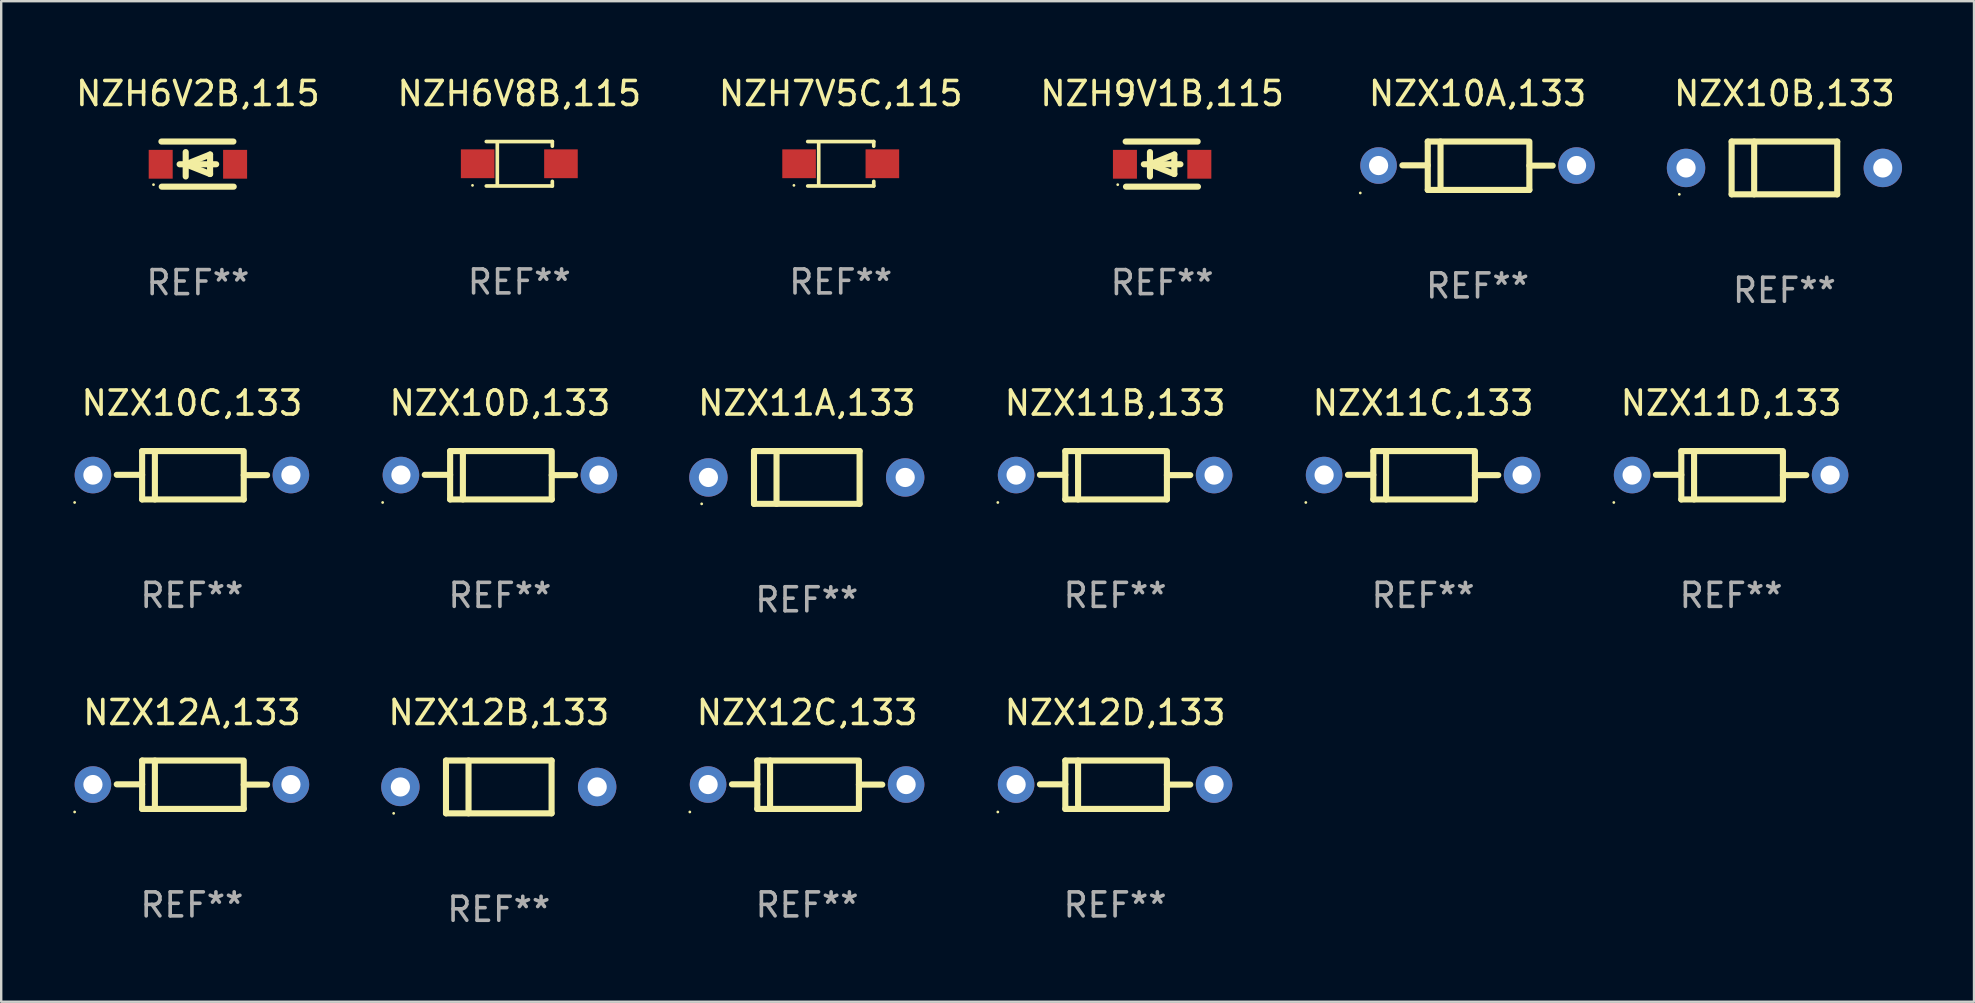
<source format=kicad_pcb>
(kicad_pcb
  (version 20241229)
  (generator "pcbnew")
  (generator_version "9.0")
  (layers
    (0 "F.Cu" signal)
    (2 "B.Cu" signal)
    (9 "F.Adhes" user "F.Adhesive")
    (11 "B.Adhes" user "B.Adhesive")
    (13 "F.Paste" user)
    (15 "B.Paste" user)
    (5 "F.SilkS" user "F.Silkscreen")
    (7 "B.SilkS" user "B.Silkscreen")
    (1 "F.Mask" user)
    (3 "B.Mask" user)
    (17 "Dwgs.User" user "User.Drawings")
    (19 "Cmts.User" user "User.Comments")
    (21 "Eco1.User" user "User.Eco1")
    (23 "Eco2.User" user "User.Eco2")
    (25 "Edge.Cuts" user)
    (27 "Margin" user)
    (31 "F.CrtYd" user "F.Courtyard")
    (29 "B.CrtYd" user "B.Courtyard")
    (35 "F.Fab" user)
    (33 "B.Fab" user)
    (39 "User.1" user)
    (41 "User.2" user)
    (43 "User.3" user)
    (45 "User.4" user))
  (footprint "NZX12A,133"
    (layer "F.Cu")
    (at 4.947 29.649)
    (property "Reference" "NZX12A,133" (at 0 -3.008 0) (layer "F.SilkS") (effects (font (size 1 1) (thickness 0.15))))
    (attr through_hole)
    (fp_line (start -2.075 -1.008) (end -2.075 1.008) (stroke (width 0.254) (type solid)) (layer "F.SilkS"))
    (fp_line (start -2.075 -0.017) (end -3.132 -0.017) (stroke (width 0.254) (type solid)) (layer "F.SilkS"))
    (fp_line (start -2.075 1.008) (end 2.159 1.008) (stroke (width 0.254) (type solid)) (layer "F.SilkS"))
    (fp_line (start -1.543 -1.008) (end -1.543 1.008) (stroke (width 0.254) (type solid)) (layer "F.SilkS"))
    (fp_line (start 2.075 -1.008) (end -2.075 -1.008) (stroke (width 0.254) (type solid)) (layer "F.SilkS"))
    (fp_line (start 2.159 -0.005) (end 3.132 -0.005) (stroke (width 0.254) (type solid)) (layer "F.SilkS"))
    (fp_line (start 2.159 1.008) (end 2.159 -1.008) (stroke (width 0.254) (type solid)) (layer "F.SilkS"))
    (fp_circle (center -4.887 1.135) (end -4.857 1.135) (stroke (width 0.06) (type solid)) (fill no) (layer "F.SilkS"))
    (fp_text user "REF**" (at 0 5.008 0) (layer "F.Fab") (effects (font (size 1 1) (thickness 0.15))))
    (pad "1" thru_hole circle (at -4.125 -0.008) (size 1.524 1.524) (drill 0.8) (layers "*.Cu" "*.Mask"))
    (pad "2" thru_hole circle (at 4.125 -0.008) (size 1.524 1.524) (drill 0.8) (layers "*.Cu" "*.Mask")))
  (footprint "NZH6V2B,115"
    (layer "F.Cu")
    (at 5.196 3.788)
    (property "Reference" "NZH6V2B,115" (at 0 -2.94 0) (layer "F.SilkS") (effects (font (size 1 1) (thickness 0.15))))
    (attr through_hole)
    (fp_line (start -1.52 -0.94) (end 1.48 -0.94) (stroke (width 0.254) (type solid)) (layer "F.SilkS"))
    (fp_line (start -1.507 0.94) (end 1.493 0.94) (stroke (width 0.254) (type solid)) (layer "F.SilkS"))
    (fp_line (start -0.762 0.007) (end 0.762 0.007) (stroke (width 0.254) (type solid)) (layer "F.SilkS"))
    (fp_line (start -0.508 -0.501) (end -0.508 0.515) (stroke (width 0.254) (type solid)) (layer "F.SilkS"))
    (fp_line (start -0.508 0.007) (end 0.508 -0.4) (stroke (width 0.254) (type solid)) (layer "F.SilkS"))
    (fp_line (start 0.508 -0.4) (end 0.508 0.413) (stroke (width 0.254) (type solid)) (layer "F.SilkS"))
    (fp_line (start 0.508 0.413) (end -0.508 0.007) (stroke (width 0.254) (type solid)) (layer "F.SilkS"))
    (fp_circle (center -1.85 0.857) (end -1.82 0.857) (stroke (width 0.06) (type solid)) (fill no) (layer "F.SilkS"))
    (fp_text user "REF**" (at 0 4.94 0) (layer "F.Fab") (effects (font (size 1 1) (thickness 0.15))))
    (pad "1" smd rect (at -1.55 0.007) (size 1 1.2) (layers "F.Cu" "F.Mask" "F.Paste"))
    (pad "2" smd rect (at 1.55 0.007) (size 1 1.2) (layers "F.Cu" "F.Mask" "F.Paste")))
  (footprint "NZX11A,133"
    (layer "F.Cu")
    (at 30.568 16.845)
    (property "Reference" "NZX11A,133" (at 0 -3.1 0) (layer "F.SilkS") (effects (font (size 1 1) (thickness 0.15))))
    (attr through_hole)
    (fp_line (start -2.2 -1.1) (end -2.2 1.1) (stroke (width 0.254) (type solid)) (layer "F.SilkS"))
    (fp_line (start -2.2 -1.1) (end 2.2 -1.1) (stroke (width 0.254) (type solid)) (layer "F.SilkS"))
    (fp_line (start -2.2 1.1) (end 2.2 1.1) (stroke (width 0.254) (type solid)) (layer "F.SilkS"))
    (fp_line (start -1.261 -1.1) (end -1.261 1.1) (stroke (width 0.254) (type solid)) (layer "F.SilkS"))
    (fp_line (start 2.2 -1.1) (end 2.2 1.1) (stroke (width 0.254) (type solid)) (layer "F.SilkS"))
    (fp_circle (center -4.38 1.1) (end -4.35 1.1) (stroke (width 0.06) (type solid)) (fill no) (layer "F.SilkS"))
    (fp_text user "REF**" (at 0 5.1 0) (layer "F.Fab") (effects (font (size 1 1) (thickness 0.15))))
    (pad "1" thru_hole circle (at -4.1 0) (size 1.6 1.6) (drill 0.8) (layers "*.Cu" "*.Mask"))
    (pad "2" thru_hole circle (at 4.1 0) (size 1.6 1.6) (drill 0.8) (layers "*.Cu" "*.Mask")))
  (footprint "NZX12B,133"
    (layer "F.Cu")
    (at 17.734 29.741)
    (property "Reference" "NZX12B,133" (at 0 -3.1 0) (layer "F.SilkS") (effects (font (size 1 1) (thickness 0.15))))
    (attr through_hole)
    (fp_line (start -2.2 -1.1) (end -2.2 1.1) (stroke (width 0.254) (type solid)) (layer "F.SilkS"))
    (fp_line (start -2.2 -1.1) (end 2.2 -1.1) (stroke (width 0.254) (type solid)) (layer "F.SilkS"))
    (fp_line (start -2.2 1.1) (end 2.2 1.1) (stroke (width 0.254) (type solid)) (layer "F.SilkS"))
    (fp_line (start -1.261 -1.1) (end -1.261 1.1) (stroke (width 0.254) (type solid)) (layer "F.SilkS"))
    (fp_line (start 2.2 -1.1) (end 2.2 1.1) (stroke (width 0.254) (type solid)) (layer "F.SilkS"))
    (fp_circle (center -4.38 1.1) (end -4.35 1.1) (stroke (width 0.06) (type solid)) (fill no) (layer "F.SilkS"))
    (fp_text user "REF**" (at 0 5.1 0) (layer "F.Fab") (effects (font (size 1 1) (thickness 0.15))))
    (pad "1" thru_hole circle (at -4.1 0) (size 1.6 1.6) (drill 0.8) (layers "*.Cu" "*.Mask"))
    (pad "2" thru_hole circle (at 4.1 0) (size 1.6 1.6) (drill 0.8) (layers "*.Cu" "*.Mask")))
  (footprint "NZX10B,133"
    (layer "F.Cu")
    (at 71.305 3.948)
    (property "Reference" "NZX10B,133" (at 0 -3.1 0) (layer "F.SilkS") (effects (font (size 1 1) (thickness 0.15))))
    (attr through_hole)
    (fp_line (start -2.2 -1.1) (end -2.2 1.1) (stroke (width 0.254) (type solid)) (layer "F.SilkS"))
    (fp_line (start -2.2 -1.1) (end 2.2 -1.1) (stroke (width 0.254) (type solid)) (layer "F.SilkS"))
    (fp_line (start -2.2 1.1) (end 2.2 1.1) (stroke (width 0.254) (type solid)) (layer "F.SilkS"))
    (fp_line (start -1.261 -1.1) (end -1.261 1.1) (stroke (width 0.254) (type solid)) (layer "F.SilkS"))
    (fp_line (start 2.2 -1.1) (end 2.2 1.1) (stroke (width 0.254) (type solid)) (layer "F.SilkS"))
    (fp_circle (center -4.38 1.1) (end -4.35 1.1) (stroke (width 0.06) (type solid)) (fill no) (layer "F.SilkS"))
    (fp_text user "REF**" (at 0 5.1 0) (layer "F.Fab") (effects (font (size 1 1) (thickness 0.15))))
    (pad "1" thru_hole circle (at -4.1 0) (size 1.6 1.6) (drill 0.8) (layers "*.Cu" "*.Mask"))
    (pad "2" thru_hole circle (at 4.1 0) (size 1.6 1.6) (drill 0.8) (layers "*.Cu" "*.Mask")))
  (footprint "NZX10A,133"
    (layer "F.Cu")
    (at 58.518 3.856)
    (property "Reference" "NZX10A,133" (at 0 -3.008 0) (layer "F.SilkS") (effects (font (size 1 1) (thickness 0.15))))
    (attr through_hole)
    (fp_line (start -2.075 -1.008) (end -2.075 1.008) (stroke (width 0.254) (type solid)) (layer "F.SilkS"))
    (fp_line (start -2.075 -0.017) (end -3.132 -0.017) (stroke (width 0.254) (type solid)) (layer "F.SilkS"))
    (fp_line (start -2.075 1.008) (end 2.159 1.008) (stroke (width 0.254) (type solid)) (layer "F.SilkS"))
    (fp_line (start -1.543 -1.008) (end -1.543 1.008) (stroke (width 0.254) (type solid)) (layer "F.SilkS"))
    (fp_line (start 2.075 -1.008) (end -2.075 -1.008) (stroke (width 0.254) (type solid)) (layer "F.SilkS"))
    (fp_line (start 2.159 -0.005) (end 3.132 -0.005) (stroke (width 0.254) (type solid)) (layer "F.SilkS"))
    (fp_line (start 2.159 1.008) (end 2.159 -1.008) (stroke (width 0.254) (type solid)) (layer "F.SilkS"))
    (fp_circle (center -4.887 1.135) (end -4.857 1.135) (stroke (width 0.06) (type solid)) (fill no) (layer "F.SilkS"))
    (fp_text user "REF**" (at 0 5.008 0) (layer "F.Fab") (effects (font (size 1 1) (thickness 0.15))))
    (pad "1" thru_hole circle (at -4.125 -0.008) (size 1.524 1.524) (drill 0.8) (layers "*.Cu" "*.Mask"))
    (pad "2" thru_hole circle (at 4.125 -0.008) (size 1.524 1.524) (drill 0.8) (layers "*.Cu" "*.Mask")))
  (footprint "NZX11C,133"
    (layer "F.Cu")
    (at 56.249 16.753)
    (property "Reference" "NZX11C,133" (at 0 -3.008 0) (layer "F.SilkS") (effects (font (size 1 1) (thickness 0.15))))
    (attr through_hole)
    (fp_line (start -2.075 -1.008) (end -2.075 1.008) (stroke (width 0.254) (type solid)) (layer "F.SilkS"))
    (fp_line (start -2.075 -0.017) (end -3.132 -0.017) (stroke (width 0.254) (type solid)) (layer "F.SilkS"))
    (fp_line (start -2.075 1.008) (end 2.159 1.008) (stroke (width 0.254) (type solid)) (layer "F.SilkS"))
    (fp_line (start -1.543 -1.008) (end -1.543 1.008) (stroke (width 0.254) (type solid)) (layer "F.SilkS"))
    (fp_line (start 2.075 -1.008) (end -2.075 -1.008) (stroke (width 0.254) (type solid)) (layer "F.SilkS"))
    (fp_line (start 2.159 -0.005) (end 3.132 -0.005) (stroke (width 0.254) (type solid)) (layer "F.SilkS"))
    (fp_line (start 2.159 1.008) (end 2.159 -1.008) (stroke (width 0.254) (type solid)) (layer "F.SilkS"))
    (fp_circle (center -4.887 1.135) (end -4.857 1.135) (stroke (width 0.06) (type solid)) (fill no) (layer "F.SilkS"))
    (fp_text user "REF**" (at 0 5.008 0) (layer "F.Fab") (effects (font (size 1 1) (thickness 0.15))))
    (pad "1" thru_hole circle (at -4.125 -0.008) (size 1.524 1.524) (drill 0.8) (layers "*.Cu" "*.Mask"))
    (pad "2" thru_hole circle (at 4.125 -0.008) (size 1.524 1.524) (drill 0.8) (layers "*.Cu" "*.Mask")))
  (footprint "NZH7V5C,115"
    (layer "F.Cu")
    (at 31.982 3.774)
    (property "Reference" "NZH7V5C,115" (at 0 -2.926 0) (layer "F.SilkS") (effects (font (size 1 1) (thickness 0.15))))
    (attr through_hole)
    (fp_line (start -1.376 -0.926) (end 1.376 -0.926) (stroke (width 0.152) (type solid)) (layer "F.SilkS"))
    (fp_line (start -1.376 0.926) (end 1.376 0.926) (stroke (width 0.152) (type solid)) (layer "F.SilkS"))
    (fp_line (start -0.917 -0.876) (end -0.917 0.876) (stroke (width 0.152) (type solid)) (layer "F.SilkS"))
    (fp_line (start 1.376 -0.926) (end 1.376 -0.733) (stroke (width 0.152) (type solid)) (layer "F.SilkS"))
    (fp_line (start 1.376 0.926) (end 1.376 0.733) (stroke (width 0.152) (type solid)) (layer "F.SilkS"))
    (fp_circle (center -1.95 0.9) (end -1.92 0.9) (stroke (width 0.06) (type solid)) (fill no) (layer "F.SilkS"))
    (fp_text user "REF**" (at 0 4.926 0) (layer "F.Fab") (effects (font (size 1 1) (thickness 0.15))))
    (pad "1" smd rect (at -1.735 0) (size 1.4 1.2) (layers "F.Cu" "F.Mask" "F.Paste"))
    (pad "2" smd rect (at 1.735 0) (size 1.4 1.2) (layers "F.Cu" "F.Mask" "F.Paste")))
  (footprint "NZH6V8B,115"
    (layer "F.Cu")
    (at 18.589 3.774)
    (property "Reference" "NZH6V8B,115" (at 0 -2.926 0) (layer "F.SilkS") (effects (font (size 1 1) (thickness 0.15))))
    (attr through_hole)
    (fp_line (start -1.376 -0.926) (end 1.376 -0.926) (stroke (width 0.152) (type solid)) (layer "F.SilkS"))
    (fp_line (start -1.376 0.926) (end 1.376 0.926) (stroke (width 0.152) (type solid)) (layer "F.SilkS"))
    (fp_line (start -0.917 -0.876) (end -0.917 0.876) (stroke (width 0.152) (type solid)) (layer "F.SilkS"))
    (fp_line (start 1.376 -0.926) (end 1.376 -0.733) (stroke (width 0.152) (type solid)) (layer "F.SilkS"))
    (fp_line (start 1.376 0.926) (end 1.376 0.733) (stroke (width 0.152) (type solid)) (layer "F.SilkS"))
    (fp_circle (center -1.95 0.9) (end -1.92 0.9) (stroke (width 0.06) (type solid)) (fill no) (layer "F.SilkS"))
    (fp_text user "REF**" (at 0 4.926 0) (layer "F.Fab") (effects (font (size 1 1) (thickness 0.15))))
    (pad "1" smd rect (at -1.735 0) (size 1.4 1.2) (layers "F.Cu" "F.Mask" "F.Paste"))
    (pad "2" smd rect (at 1.735 0) (size 1.4 1.2) (layers "F.Cu" "F.Mask" "F.Paste")))
  (footprint "NZX11B,133"
    (layer "F.Cu")
    (at 43.415 16.753)
    (property "Reference" "NZX11B,133" (at 0 -3.008 0) (layer "F.SilkS") (effects (font (size 1 1) (thickness 0.15))))
    (attr through_hole)
    (fp_line (start -2.075 -1.008) (end -2.075 1.008) (stroke (width 0.254) (type solid)) (layer "F.SilkS"))
    (fp_line (start -2.075 -0.017) (end -3.132 -0.017) (stroke (width 0.254) (type solid)) (layer "F.SilkS"))
    (fp_line (start -2.075 1.008) (end 2.159 1.008) (stroke (width 0.254) (type solid)) (layer "F.SilkS"))
    (fp_line (start -1.543 -1.008) (end -1.543 1.008) (stroke (width 0.254) (type solid)) (layer "F.SilkS"))
    (fp_line (start 2.075 -1.008) (end -2.075 -1.008) (stroke (width 0.254) (type solid)) (layer "F.SilkS"))
    (fp_line (start 2.159 -0.005) (end 3.132 -0.005) (stroke (width 0.254) (type solid)) (layer "F.SilkS"))
    (fp_line (start 2.159 1.008) (end 2.159 -1.008) (stroke (width 0.254) (type solid)) (layer "F.SilkS"))
    (fp_circle (center -4.887 1.135) (end -4.857 1.135) (stroke (width 0.06) (type solid)) (fill no) (layer "F.SilkS"))
    (fp_text user "REF**" (at 0 5.008 0) (layer "F.Fab") (effects (font (size 1 1) (thickness 0.15))))
    (pad "1" thru_hole circle (at -4.125 -0.008) (size 1.524 1.524) (drill 0.8) (layers "*.Cu" "*.Mask"))
    (pad "2" thru_hole circle (at 4.125 -0.008) (size 1.524 1.524) (drill 0.8) (layers "*.Cu" "*.Mask")))
  (footprint "NZX10D,133"
    (layer "F.Cu")
    (at 17.781 16.753)
    (property "Reference" "NZX10D,133" (at 0 -3.008 0) (layer "F.SilkS") (effects (font (size 1 1) (thickness 0.15))))
    (attr through_hole)
    (fp_line (start -2.075 -1.008) (end -2.075 1.008) (stroke (width 0.254) (type solid)) (layer "F.SilkS"))
    (fp_line (start -2.075 -0.017) (end -3.132 -0.017) (stroke (width 0.254) (type solid)) (layer "F.SilkS"))
    (fp_line (start -2.075 1.008) (end 2.159 1.008) (stroke (width 0.254) (type solid)) (layer "F.SilkS"))
    (fp_line (start -1.543 -1.008) (end -1.543 1.008) (stroke (width 0.254) (type solid)) (layer "F.SilkS"))
    (fp_line (start 2.075 -1.008) (end -2.075 -1.008) (stroke (width 0.254) (type solid)) (layer "F.SilkS"))
    (fp_line (start 2.159 -0.005) (end 3.132 -0.005) (stroke (width 0.254) (type solid)) (layer "F.SilkS"))
    (fp_line (start 2.159 1.008) (end 2.159 -1.008) (stroke (width 0.254) (type solid)) (layer "F.SilkS"))
    (fp_circle (center -4.887 1.135) (end -4.857 1.135) (stroke (width 0.06) (type solid)) (fill no) (layer "F.SilkS"))
    (fp_text user "REF**" (at 0 5.008 0) (layer "F.Fab") (effects (font (size 1 1) (thickness 0.15))))
    (pad "1" thru_hole circle (at -4.125 -0.008) (size 1.524 1.524) (drill 0.8) (layers "*.Cu" "*.Mask"))
    (pad "2" thru_hole circle (at 4.125 -0.008) (size 1.524 1.524) (drill 0.8) (layers "*.Cu" "*.Mask")))
  (footprint "NZX12D,133"
    (layer "F.Cu")
    (at 43.415 29.649)
    (property "Reference" "NZX12D,133" (at 0 -3.008 0) (layer "F.SilkS") (effects (font (size 1 1) (thickness 0.15))))
    (attr through_hole)
    (fp_line (start -2.075 -1.008) (end -2.075 1.008) (stroke (width 0.254) (type solid)) (layer "F.SilkS"))
    (fp_line (start -2.075 -0.017) (end -3.132 -0.017) (stroke (width 0.254) (type solid)) (layer "F.SilkS"))
    (fp_line (start -2.075 1.008) (end 2.159 1.008) (stroke (width 0.254) (type solid)) (layer "F.SilkS"))
    (fp_line (start -1.543 -1.008) (end -1.543 1.008) (stroke (width 0.254) (type solid)) (layer "F.SilkS"))
    (fp_line (start 2.075 -1.008) (end -2.075 -1.008) (stroke (width 0.254) (type solid)) (layer "F.SilkS"))
    (fp_line (start 2.159 -0.005) (end 3.132 -0.005) (stroke (width 0.254) (type solid)) (layer "F.SilkS"))
    (fp_line (start 2.159 1.008) (end 2.159 -1.008) (stroke (width 0.254) (type solid)) (layer "F.SilkS"))
    (fp_circle (center -4.887 1.135) (end -4.857 1.135) (stroke (width 0.06) (type solid)) (fill no) (layer "F.SilkS"))
    (fp_text user "REF**" (at 0 5.008 0) (layer "F.Fab") (effects (font (size 1 1) (thickness 0.15))))
    (pad "1" thru_hole circle (at -4.125 -0.008) (size 1.524 1.524) (drill 0.8) (layers "*.Cu" "*.Mask"))
    (pad "2" thru_hole circle (at 4.125 -0.008) (size 1.524 1.524) (drill 0.8) (layers "*.Cu" "*.Mask")))
  (footprint "NZX11D,133"
    (layer "F.Cu")
    (at 69.083 16.753)
    (property "Reference" "NZX11D,133" (at 0 -3.008 0) (layer "F.SilkS") (effects (font (size 1 1) (thickness 0.15))))
    (attr through_hole)
    (fp_line (start -2.075 -1.008) (end -2.075 1.008) (stroke (width 0.254) (type solid)) (layer "F.SilkS"))
    (fp_line (start -2.075 -0.017) (end -3.132 -0.017) (stroke (width 0.254) (type solid)) (layer "F.SilkS"))
    (fp_line (start -2.075 1.008) (end 2.159 1.008) (stroke (width 0.254) (type solid)) (layer "F.SilkS"))
    (fp_line (start -1.543 -1.008) (end -1.543 1.008) (stroke (width 0.254) (type solid)) (layer "F.SilkS"))
    (fp_line (start 2.075 -1.008) (end -2.075 -1.008) (stroke (width 0.254) (type solid)) (layer "F.SilkS"))
    (fp_line (start 2.159 -0.005) (end 3.132 -0.005) (stroke (width 0.254) (type solid)) (layer "F.SilkS"))
    (fp_line (start 2.159 1.008) (end 2.159 -1.008) (stroke (width 0.254) (type solid)) (layer "F.SilkS"))
    (fp_circle (center -4.887 1.135) (end -4.857 1.135) (stroke (width 0.06) (type solid)) (fill no) (layer "F.SilkS"))
    (fp_text user "REF**" (at 0 5.008 0) (layer "F.Fab") (effects (font (size 1 1) (thickness 0.15))))
    (pad "1" thru_hole circle (at -4.125 -0.008) (size 1.524 1.524) (drill 0.8) (layers "*.Cu" "*.Mask"))
    (pad "2" thru_hole circle (at 4.125 -0.008) (size 1.524 1.524) (drill 0.8) (layers "*.Cu" "*.Mask")))
  (footprint "NZX10C,133"
    (layer "F.Cu")
    (at 4.947 16.753)
    (property "Reference" "NZX10C,133" (at 0 -3.008 0) (layer "F.SilkS") (effects (font (size 1 1) (thickness 0.15))))
    (attr through_hole)
    (fp_line (start -2.075 -1.008) (end -2.075 1.008) (stroke (width 0.254) (type solid)) (layer "F.SilkS"))
    (fp_line (start -2.075 -0.017) (end -3.132 -0.017) (stroke (width 0.254) (type solid)) (layer "F.SilkS"))
    (fp_line (start -2.075 1.008) (end 2.159 1.008) (stroke (width 0.254) (type solid)) (layer "F.SilkS"))
    (fp_line (start -1.543 -1.008) (end -1.543 1.008) (stroke (width 0.254) (type solid)) (layer "F.SilkS"))
    (fp_line (start 2.075 -1.008) (end -2.075 -1.008) (stroke (width 0.254) (type solid)) (layer "F.SilkS"))
    (fp_line (start 2.159 -0.005) (end 3.132 -0.005) (stroke (width 0.254) (type solid)) (layer "F.SilkS"))
    (fp_line (start 2.159 1.008) (end 2.159 -1.008) (stroke (width 0.254) (type solid)) (layer "F.SilkS"))
    (fp_circle (center -4.887 1.135) (end -4.857 1.135) (stroke (width 0.06) (type solid)) (fill no) (layer "F.SilkS"))
    (fp_text user "REF**" (at 0 5.008 0) (layer "F.Fab") (effects (font (size 1 1) (thickness 0.15))))
    (pad "1" thru_hole circle (at -4.125 -0.008) (size 1.524 1.524) (drill 0.8) (layers "*.Cu" "*.Mask"))
    (pad "2" thru_hole circle (at 4.125 -0.008) (size 1.524 1.524) (drill 0.8) (layers "*.Cu" "*.Mask")))
  (footprint "NZH9V1B,115"
    (layer "F.Cu")
    (at 45.375 3.788)
    (property "Reference" "NZH9V1B,115" (at 0 -2.94 0) (layer "F.SilkS") (effects (font (size 1 1) (thickness 0.15))))
    (attr through_hole)
    (fp_line (start -1.52 -0.94) (end 1.48 -0.94) (stroke (width 0.254) (type solid)) (layer "F.SilkS"))
    (fp_line (start -1.507 0.94) (end 1.493 0.94) (stroke (width 0.254) (type solid)) (layer "F.SilkS"))
    (fp_line (start -0.762 0.007) (end 0.762 0.007) (stroke (width 0.254) (type solid)) (layer "F.SilkS"))
    (fp_line (start -0.508 -0.501) (end -0.508 0.515) (stroke (width 0.254) (type solid)) (layer "F.SilkS"))
    (fp_line (start -0.508 0.007) (end 0.508 -0.4) (stroke (width 0.254) (type solid)) (layer "F.SilkS"))
    (fp_line (start 0.508 -0.4) (end 0.508 0.413) (stroke (width 0.254) (type solid)) (layer "F.SilkS"))
    (fp_line (start 0.508 0.413) (end -0.508 0.007) (stroke (width 0.254) (type solid)) (layer "F.SilkS"))
    (fp_circle (center -1.85 0.857) (end -1.82 0.857) (stroke (width 0.06) (type solid)) (fill no) (layer "F.SilkS"))
    (fp_text user "REF**" (at 0 4.94 0) (layer "F.Fab") (effects (font (size 1 1) (thickness 0.15))))
    (pad "1" smd rect (at -1.55 0.007) (size 1 1.2) (layers "F.Cu" "F.Mask" "F.Paste"))
    (pad "2" smd rect (at 1.55 0.007) (size 1 1.2) (layers "F.Cu" "F.Mask" "F.Paste")))
  (footprint "NZX12C,133"
    (layer "F.Cu")
    (at 30.581 29.649)
    (property "Reference" "NZX12C,133" (at 0 -3.008 0) (layer "F.SilkS") (effects (font (size 1 1) (thickness 0.15))))
    (attr through_hole)
    (fp_line (start -2.075 -1.008) (end -2.075 1.008) (stroke (width 0.254) (type solid)) (layer "F.SilkS"))
    (fp_line (start -2.075 -0.017) (end -3.132 -0.017) (stroke (width 0.254) (type solid)) (layer "F.SilkS"))
    (fp_line (start -2.075 1.008) (end 2.159 1.008) (stroke (width 0.254) (type solid)) (layer "F.SilkS"))
    (fp_line (start -1.543 -1.008) (end -1.543 1.008) (stroke (width 0.254) (type solid)) (layer "F.SilkS"))
    (fp_line (start 2.075 -1.008) (end -2.075 -1.008) (stroke (width 0.254) (type solid)) (layer "F.SilkS"))
    (fp_line (start 2.159 -0.005) (end 3.132 -0.005) (stroke (width 0.254) (type solid)) (layer "F.SilkS"))
    (fp_line (start 2.159 1.008) (end 2.159 -1.008) (stroke (width 0.254) (type solid)) (layer "F.SilkS"))
    (fp_circle (center -4.887 1.135) (end -4.857 1.135) (stroke (width 0.06) (type solid)) (fill no) (layer "F.SilkS"))
    (fp_text user "REF**" (at 0 5.008 0) (layer "F.Fab") (effects (font (size 1 1) (thickness 0.15))))
    (pad "1" thru_hole circle (at -4.125 -0.008) (size 1.524 1.524) (drill 0.8) (layers "*.Cu" "*.Mask"))
    (pad "2" thru_hole circle (at 4.125 -0.008) (size 1.524 1.524) (drill 0.8) (layers "*.Cu" "*.Mask")))
  (gr_rect
    (start -3 -3)
    (end 79.205 38.69)
    (stroke (width 0.1) (type default))
    (fill no)
    (layer "Edge.Cuts")))
</source>
